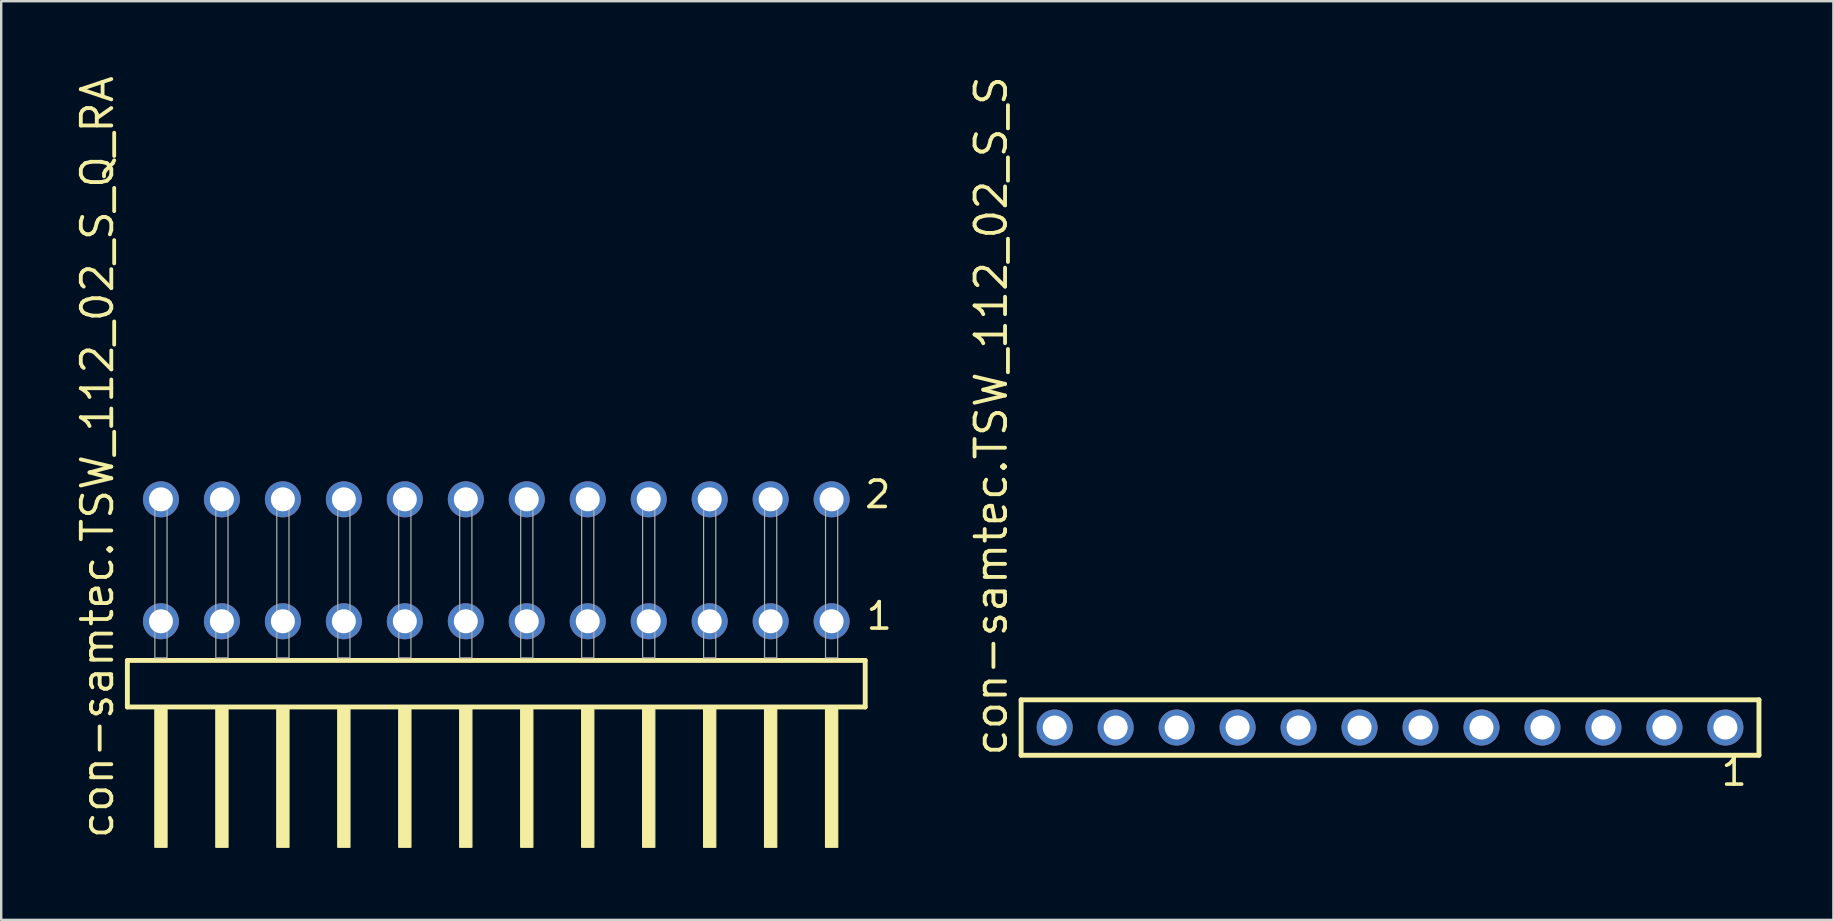
<source format=kicad_pcb>
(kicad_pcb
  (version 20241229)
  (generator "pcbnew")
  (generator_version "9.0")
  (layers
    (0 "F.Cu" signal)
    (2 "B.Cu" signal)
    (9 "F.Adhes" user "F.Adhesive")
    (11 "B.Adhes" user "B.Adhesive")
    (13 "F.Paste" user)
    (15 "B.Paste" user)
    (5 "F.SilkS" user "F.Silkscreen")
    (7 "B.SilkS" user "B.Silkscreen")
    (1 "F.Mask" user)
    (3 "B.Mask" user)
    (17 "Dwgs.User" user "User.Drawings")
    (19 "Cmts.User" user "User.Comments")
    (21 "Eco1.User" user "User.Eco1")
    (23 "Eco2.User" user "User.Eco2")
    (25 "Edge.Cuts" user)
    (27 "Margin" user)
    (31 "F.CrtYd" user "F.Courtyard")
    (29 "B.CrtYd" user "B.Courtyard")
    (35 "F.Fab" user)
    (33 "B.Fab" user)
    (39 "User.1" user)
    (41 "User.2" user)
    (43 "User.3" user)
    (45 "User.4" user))
  (footprint "con-samtec.TSW_112_02_S_Q_RA"
    (layer "F.Cu")
    (at 17.625 24.356)
    (property "Reference" "con-samtec.TSW_112_02_S_Q_RA" (at -15.875 7.62 90) (layer "F.SilkS") (effects (font (size 1.27 1.27) (thickness 0.16)) (justify left bottom)))
    (attr through_hole)
    (fp_line (start -15.369 0.106) (end -15.369 2.046) (stroke (width 0.203) (type default)) (layer "F.SilkS"))
    (fp_line (start -15.369 2.046) (end 15.369 2.046) (stroke (width 0.203) (type default)) (layer "F.SilkS"))
    (fp_line (start 15.369 0.106) (end -15.369 0.106) (stroke (width 0.203) (type default)) (layer "F.SilkS"))
    (fp_line (start 15.369 2.046) (end 15.369 0.106) (stroke (width 0.203) (type default)) (layer "F.SilkS"))
    (fp_rect (start -14.224 7.89) (end -13.716 2.04) (stroke (width 0.05) (type default)) (fill yes) (layer "F.SilkS"))
    (fp_rect (start -11.684 7.89) (end -11.176 2.04) (stroke (width 0.05) (type default)) (fill yes) (layer "F.SilkS"))
    (fp_rect (start -9.144 7.89) (end -8.636 2.04) (stroke (width 0.05) (type default)) (fill yes) (layer "F.SilkS"))
    (fp_rect (start -6.604 7.89) (end -6.096 2.04) (stroke (width 0.05) (type default)) (fill yes) (layer "F.SilkS"))
    (fp_rect (start -4.064 7.89) (end -3.556 2.04) (stroke (width 0.05) (type default)) (fill yes) (layer "F.SilkS"))
    (fp_rect (start -1.524 7.89) (end -1.016 2.04) (stroke (width 0.05) (type default)) (fill yes) (layer "F.SilkS"))
    (fp_rect (start 1.016 7.89) (end 1.524 2.04) (stroke (width 0.05) (type default)) (fill yes) (layer "F.SilkS"))
    (fp_rect (start 3.556 7.89) (end 4.064 2.04) (stroke (width 0.05) (type default)) (fill yes) (layer "F.SilkS"))
    (fp_rect (start 6.096 7.89) (end 6.604 2.04) (stroke (width 0.05) (type default)) (fill yes) (layer "F.SilkS"))
    (fp_rect (start 8.636 7.89) (end 9.144 2.04) (stroke (width 0.05) (type default)) (fill yes) (layer "F.SilkS"))
    (fp_rect (start 11.176 7.89) (end 11.684 2.04) (stroke (width 0.05) (type default)) (fill yes) (layer "F.SilkS"))
    (fp_rect (start 13.716 7.89) (end 14.224 2.04) (stroke (width 0.05) (type default)) (fill yes) (layer "F.SilkS"))
    (fp_rect (start -14.224 0) (end -13.716 -6.858) (stroke (width 0.05) (type default)) (fill no) (layer "F.Fab"))
    (fp_rect (start -11.684 0) (end -11.176 -6.858) (stroke (width 0.05) (type default)) (fill no) (layer "F.Fab"))
    (fp_rect (start -9.144 0) (end -8.636 -6.858) (stroke (width 0.05) (type default)) (fill no) (layer "F.Fab"))
    (fp_rect (start -6.604 0) (end -6.096 -6.858) (stroke (width 0.05) (type default)) (fill no) (layer "F.Fab"))
    (fp_rect (start -4.064 0) (end -3.556 -6.858) (stroke (width 0.05) (type default)) (fill no) (layer "F.Fab"))
    (fp_rect (start -1.524 0) (end -1.016 -6.858) (stroke (width 0.05) (type default)) (fill no) (layer "F.Fab"))
    (fp_rect (start 1.016 0) (end 1.524 -6.858) (stroke (width 0.05) (type default)) (fill no) (layer "F.Fab"))
    (fp_rect (start 3.556 0) (end 4.064 -6.858) (stroke (width 0.05) (type default)) (fill no) (layer "F.Fab"))
    (fp_rect (start 6.096 0) (end 6.604 -6.858) (stroke (width 0.05) (type default)) (fill no) (layer "F.Fab"))
    (fp_rect (start 8.636 0) (end 9.144 -6.858) (stroke (width 0.05) (type default)) (fill no) (layer "F.Fab"))
    (fp_rect (start 11.176 0) (end 11.684 -6.858) (stroke (width 0.05) (type default)) (fill no) (layer "F.Fab"))
    (fp_rect (start 13.716 0) (end 14.224 -6.858) (stroke (width 0.05) (type default)) (fill no) (layer "F.Fab"))
    (fp_text user "2" (at 15.27 -6.165 0) (layer "F.SilkS") (effects (font (size 1.1 1.1) (thickness 0.15)) (justify left bottom)))
    (fp_text user "1" (at 15.33 -1.1 0) (layer "F.SilkS") (effects (font (size 1.1 1.1) (thickness 0.15)) (justify left bottom)))
    (pad "1" thru_hole circle (at 13.97 -1.524 180) (size 1.5 1.5) (drill 1) (layers "*.Cu" "*.Mask"))
    (pad "2" thru_hole circle (at 13.97 -6.604 180) (size 1.5 1.5) (drill 1) (layers "*.Cu" "*.Mask"))
    (pad "3" thru_hole circle (at 11.43 -1.524 180) (size 1.5 1.5) (drill 1) (layers "*.Cu" "*.Mask"))
    (pad "4" thru_hole circle (at 11.43 -6.604 180) (size 1.5 1.5) (drill 1) (layers "*.Cu" "*.Mask"))
    (pad "5" thru_hole circle (at 8.89 -1.524 180) (size 1.5 1.5) (drill 1) (layers "*.Cu" "*.Mask"))
    (pad "6" thru_hole circle (at 8.89 -6.604 180) (size 1.5 1.5) (drill 1) (layers "*.Cu" "*.Mask"))
    (pad "7" thru_hole circle (at 6.35 -1.524 180) (size 1.5 1.5) (drill 1) (layers "*.Cu" "*.Mask"))
    (pad "8" thru_hole circle (at 6.35 -6.604 180) (size 1.5 1.5) (drill 1) (layers "*.Cu" "*.Mask"))
    (pad "9" thru_hole circle (at 3.81 -1.524 180) (size 1.5 1.5) (drill 1) (layers "*.Cu" "*.Mask"))
    (pad "10" thru_hole circle (at 3.81 -6.604 180) (size 1.5 1.5) (drill 1) (layers "*.Cu" "*.Mask"))
    (pad "11" thru_hole circle (at 1.27 -1.524 180) (size 1.5 1.5) (drill 1) (layers "*.Cu" "*.Mask"))
    (pad "12" thru_hole circle (at 1.27 -6.604 180) (size 1.5 1.5) (drill 1) (layers "*.Cu" "*.Mask"))
    (pad "13" thru_hole circle (at -1.27 -1.524 180) (size 1.5 1.5) (drill 1) (layers "*.Cu" "*.Mask"))
    (pad "14" thru_hole circle (at -1.27 -6.604 180) (size 1.5 1.5) (drill 1) (layers "*.Cu" "*.Mask"))
    (pad "15" thru_hole circle (at -3.81 -1.524 180) (size 1.5 1.5) (drill 1) (layers "*.Cu" "*.Mask"))
    (pad "16" thru_hole circle (at -3.81 -6.604 180) (size 1.5 1.5) (drill 1) (layers "*.Cu" "*.Mask"))
    (pad "17" thru_hole circle (at -6.35 -1.524 180) (size 1.5 1.5) (drill 1) (layers "*.Cu" "*.Mask"))
    (pad "18" thru_hole circle (at -6.35 -6.604 180) (size 1.5 1.5) (drill 1) (layers "*.Cu" "*.Mask"))
    (pad "19" thru_hole circle (at -8.89 -1.524 180) (size 1.5 1.5) (drill 1) (layers "*.Cu" "*.Mask"))
    (pad "20" thru_hole circle (at -8.89 -6.604 180) (size 1.5 1.5) (drill 1) (layers "*.Cu" "*.Mask"))
    (pad "21" thru_hole circle (at -11.43 -1.524 180) (size 1.5 1.5) (drill 1) (layers "*.Cu" "*.Mask"))
    (pad "22" thru_hole circle (at -11.43 -6.604 180) (size 1.5 1.5) (drill 1) (layers "*.Cu" "*.Mask"))
    (pad "23" thru_hole circle (at -13.97 -1.524 180) (size 1.5 1.5) (drill 1) (layers "*.Cu" "*.Mask"))
    (pad "24" thru_hole circle (at -13.97 -6.604 180) (size 1.5 1.5) (drill 1) (layers "*.Cu" "*.Mask")))
  (footprint "con-samtec.TSW_112_02_S_S"
    (layer "F.Cu")
    (at 54.858 27.259)
    (property "Reference" "con-samtec.TSW_112_02_S_S" (at -15.875 1.27 90) (layer "F.SilkS") (effects (font (size 1.27 1.27) (thickness 0.16)) (justify left bottom)))
    (attr through_hole)
    (fp_line (start -15.369 -1.155) (end 15.369 -1.155) (stroke (width 0.203) (type default)) (layer "F.SilkS"))
    (fp_line (start -15.369 1.155) (end -15.369 -1.155) (stroke (width 0.203) (type default)) (layer "F.SilkS"))
    (fp_line (start 15.369 -1.155) (end 15.369 1.155) (stroke (width 0.203) (type default)) (layer "F.SilkS"))
    (fp_line (start 15.369 1.155) (end -15.369 1.155) (stroke (width 0.203) (type default)) (layer "F.SilkS"))
    (fp_rect (start -14.32 0.35) (end -13.62 -0.35) (stroke (width 0.05) (type default)) (fill no) (layer "F.Fab"))
    (fp_rect (start -11.78 0.35) (end -11.08 -0.35) (stroke (width 0.05) (type default)) (fill no) (layer "F.Fab"))
    (fp_rect (start -9.24 0.35) (end -8.54 -0.35) (stroke (width 0.05) (type default)) (fill no) (layer "F.Fab"))
    (fp_rect (start -6.7 0.35) (end -6 -0.35) (stroke (width 0.05) (type default)) (fill no) (layer "F.Fab"))
    (fp_rect (start -4.16 0.35) (end -3.46 -0.35) (stroke (width 0.05) (type default)) (fill no) (layer "F.Fab"))
    (fp_rect (start -1.62 0.35) (end -0.92 -0.35) (stroke (width 0.05) (type default)) (fill no) (layer "F.Fab"))
    (fp_rect (start 0.92 0.35) (end 1.62 -0.35) (stroke (width 0.05) (type default)) (fill no) (layer "F.Fab"))
    (fp_rect (start 3.46 0.35) (end 4.16 -0.35) (stroke (width 0.05) (type default)) (fill no) (layer "F.Fab"))
    (fp_rect (start 6 0.35) (end 6.7 -0.35) (stroke (width 0.05) (type default)) (fill no) (layer "F.Fab"))
    (fp_rect (start 8.54 0.35) (end 9.24 -0.35) (stroke (width 0.05) (type default)) (fill no) (layer "F.Fab"))
    (fp_rect (start 11.08 0.35) (end 11.78 -0.35) (stroke (width 0.05) (type default)) (fill no) (layer "F.Fab"))
    (fp_rect (start 13.62 0.35) (end 14.32 -0.35) (stroke (width 0.05) (type default)) (fill no) (layer "F.Fab"))
    (fp_text user "1" (at 13.712 2.498 0) (layer "F.SilkS") (effects (font (size 1.1 1.1) (thickness 0.15)) (justify left bottom)))
    (pad "1" thru_hole circle (at 13.97 0 180) (size 1.5 1.5) (drill 1) (layers "*.Cu" "*.Mask"))
    (pad "2" thru_hole circle (at 11.43 0 180) (size 1.5 1.5) (drill 1) (layers "*.Cu" "*.Mask"))
    (pad "3" thru_hole circle (at 8.89 0 180) (size 1.5 1.5) (drill 1) (layers "*.Cu" "*.Mask"))
    (pad "4" thru_hole circle (at 6.35 0 180) (size 1.5 1.5) (drill 1) (layers "*.Cu" "*.Mask"))
    (pad "5" thru_hole circle (at 3.81 0 180) (size 1.5 1.5) (drill 1) (layers "*.Cu" "*.Mask"))
    (pad "6" thru_hole circle (at 1.27 0 180) (size 1.5 1.5) (drill 1) (layers "*.Cu" "*.Mask"))
    (pad "7" thru_hole circle (at -1.27 0 180) (size 1.5 1.5) (drill 1) (layers "*.Cu" "*.Mask"))
    (pad "8" thru_hole circle (at -3.81 0 180) (size 1.5 1.5) (drill 1) (layers "*.Cu" "*.Mask"))
    (pad "9" thru_hole circle (at -6.35 0 180) (size 1.5 1.5) (drill 1) (layers "*.Cu" "*.Mask"))
    (pad "10" thru_hole circle (at -8.89 0 180) (size 1.5 1.5) (drill 1) (layers "*.Cu" "*.Mask"))
    (pad "11" thru_hole circle (at -11.43 0 180) (size 1.5 1.5) (drill 1) (layers "*.Cu" "*.Mask"))
    (pad "12" thru_hole circle (at -13.97 0 180) (size 1.5 1.5) (drill 1) (layers "*.Cu" "*.Mask")))
  (gr_rect
    (start -3 -3)
    (end 73.328 35.271)
    (stroke (width 0.1) (type default))
    (fill no)
    (layer "Edge.Cuts")))
</source>
